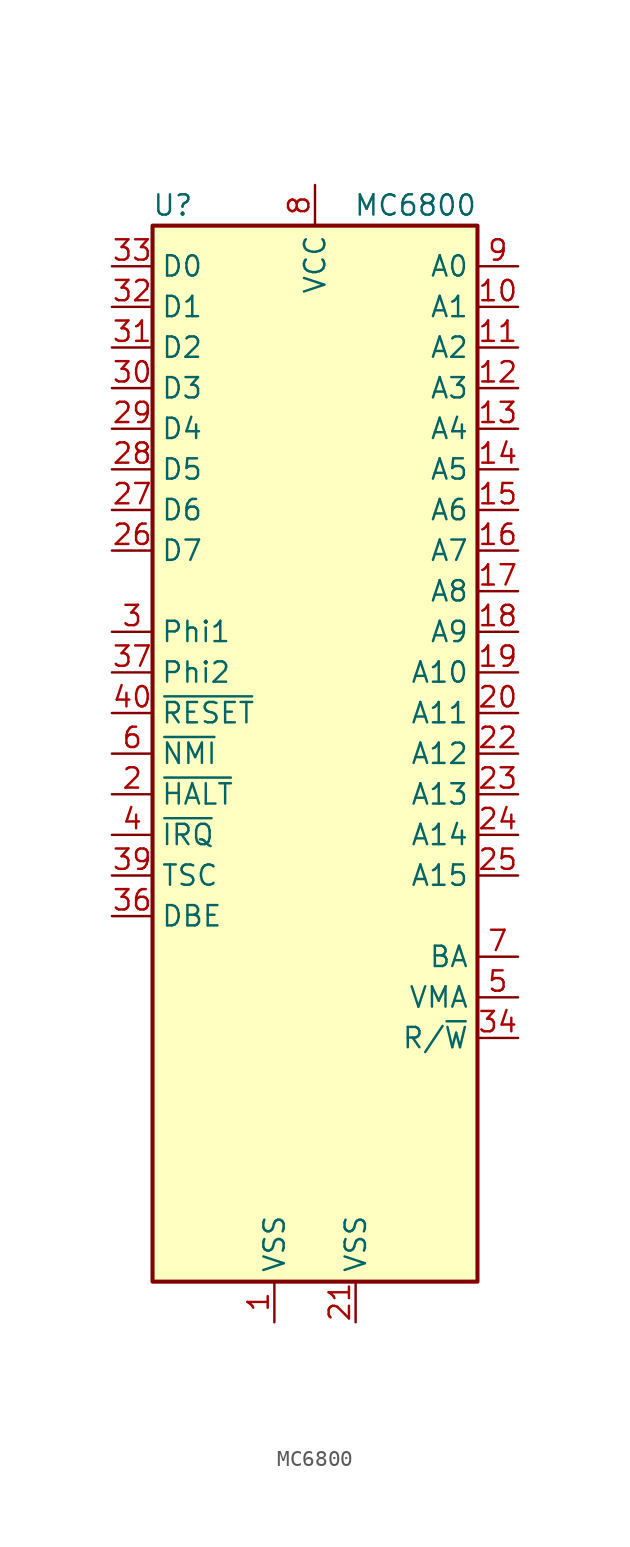
<source format=kicad_sym>
(kicad_symbol_lib
  (version 20241209)
  (generator "kicad_symbol_editor")
  (generator_version "9.0")
  (symbol "MC6800"
    (property "Reference" "U"
      (at -8.89 34.29 0)
      (effects (font (size 1.27 1.27))))
    (property "Value" "MC6800"
      (at 10.16 34.29 0)
      (effects (font (size 1.27 1.27)) (justify right)))
    (symbol "MC6800_0_1"
      (rectangle (start -10.16 -33.02) (end 10.16 33.02) (stroke (width 0.254) (type default)) (fill (type background))))
    (symbol "MC6800_1_1"
      (pin bidirectional line (at -12.7 30.48 0) (length 2.54) (name "D0" (effects (font (size 1.27 1.27)))) (number "33" (effects (font (size 1.27 1.27)))))
      (pin bidirectional line (at -12.7 27.94 0) (length 2.54) (name "D1" (effects (font (size 1.27 1.27)))) (number "32" (effects (font (size 1.27 1.27)))))
      (pin bidirectional line (at -12.7 25.4 0) (length 2.54) (name "D2" (effects (font (size 1.27 1.27)))) (number "31" (effects (font (size 1.27 1.27)))))
      (pin bidirectional line (at -12.7 22.86 0) (length 2.54) (name "D3" (effects (font (size 1.27 1.27)))) (number "30" (effects (font (size 1.27 1.27)))))
      (pin bidirectional line (at -12.7 20.32 0) (length 2.54) (name "D4" (effects (font (size 1.27 1.27)))) (number "29" (effects (font (size 1.27 1.27)))))
      (pin bidirectional line (at -12.7 17.78 0) (length 2.54) (name "D5" (effects (font (size 1.27 1.27)))) (number "28" (effects (font (size 1.27 1.27)))))
      (pin bidirectional line (at -12.7 15.24 0) (length 2.54) (name "D6" (effects (font (size 1.27 1.27)))) (number "27" (effects (font (size 1.27 1.27)))))
      (pin bidirectional line (at -12.7 12.7 0) (length 2.54) (name "D7" (effects (font (size 1.27 1.27)))) (number "26" (effects (font (size 1.27 1.27)))))
      (pin input line (at -12.7 7.62 0) (length 2.54) (name "Phi1" (effects (font (size 1.27 1.27)))) (number "3" (effects (font (size 1.27 1.27)))))
      (pin input line (at -12.7 5.08 0) (length 2.54) (name "Phi2" (effects (font (size 1.27 1.27)))) (number "37" (effects (font (size 1.27 1.27)))))
      (pin input line (at -12.7 2.54 0) (length 2.54) (name "~{RESET}" (effects (font (size 1.27 1.27)))) (number "40" (effects (font (size 1.27 1.27)))))
      (pin input line (at -12.7 0 0) (length 2.54) (name "~{NMI}" (effects (font (size 1.27 1.27)))) (number "6" (effects (font (size 1.27 1.27)))))
      (pin input line (at -12.7 -2.54 0) (length 2.54) (name "~{HALT}" (effects (font (size 1.27 1.27)))) (number "2" (effects (font (size 1.27 1.27)))))
      (pin input line (at -12.7 -5.08 0) (length 2.54) (name "~{IRQ}" (effects (font (size 1.27 1.27)))) (number "4" (effects (font (size 1.27 1.27)))))
      (pin input line (at -12.7 -7.62 0) (length 2.54) (name "TSC" (effects (font (size 1.27 1.27)))) (number "39" (effects (font (size 1.27 1.27)))))
      (pin input line (at -12.7 -10.16 0) (length 2.54) (name "DBE" (effects (font (size 1.27 1.27)))) (number "36" (effects (font (size 1.27 1.27)))))
      (pin no_connect line (at -10.16 -22.86 0) (length 2.54) (hide yes) (name "N.C." (effects (font (size 1.27 1.27)))) (number "38" (effects (font (size 1.27 1.27)))))
      (pin no_connect line (at -10.16 -25.4 0) (length 2.54) (hide yes) (name "N.C." (effects (font (size 1.27 1.27)))) (number "35" (effects (font (size 1.27 1.27)))))
      (pin power_in line (at -2.54 -35.56 90) (length 2.54) (name "VSS" (effects (font (size 1.27 1.27)))) (number "1" (effects (font (size 1.27 1.27)))))
      (pin power_in line (at 0 35.56 270) (length 2.54) (name "VCC" (effects (font (size 1.27 1.27)))) (number "8" (effects (font (size 1.27 1.27)))))
      (pin power_in line (at 2.54 -35.56 90) (length 2.54) (name "VSS" (effects (font (size 1.27 1.27)))) (number "21" (effects (font (size 1.27 1.27)))))
      (pin output line (at 12.7 30.48 180) (length 2.54) (name "A0" (effects (font (size 1.27 1.27)))) (number "9" (effects (font (size 1.27 1.27)))))
      (pin output line (at 12.7 27.94 180) (length 2.54) (name "A1" (effects (font (size 1.27 1.27)))) (number "10" (effects (font (size 1.27 1.27)))))
      (pin output line (at 12.7 25.4 180) (length 2.54) (name "A2" (effects (font (size 1.27 1.27)))) (number "11" (effects (font (size 1.27 1.27)))))
      (pin output line (at 12.7 22.86 180) (length 2.54) (name "A3" (effects (font (size 1.27 1.27)))) (number "12" (effects (font (size 1.27 1.27)))))
      (pin output line (at 12.7 20.32 180) (length 2.54) (name "A4" (effects (font (size 1.27 1.27)))) (number "13" (effects (font (size 1.27 1.27)))))
      (pin output line (at 12.7 17.78 180) (length 2.54) (name "A5" (effects (font (size 1.27 1.27)))) (number "14" (effects (font (size 1.27 1.27)))))
      (pin output line (at 12.7 15.24 180) (length 2.54) (name "A6" (effects (font (size 1.27 1.27)))) (number "15" (effects (font (size 1.27 1.27)))))
      (pin output line (at 12.7 12.7 180) (length 2.54) (name "A7" (effects (font (size 1.27 1.27)))) (number "16" (effects (font (size 1.27 1.27)))))
      (pin output line (at 12.7 10.16 180) (length 2.54) (name "A8" (effects (font (size 1.27 1.27)))) (number "17" (effects (font (size 1.27 1.27)))))
      (pin output line (at 12.7 7.62 180) (length 2.54) (name "A9" (effects (font (size 1.27 1.27)))) (number "18" (effects (font (size 1.27 1.27)))))
      (pin output line (at 12.7 5.08 180) (length 2.54) (name "A10" (effects (font (size 1.27 1.27)))) (number "19" (effects (font (size 1.27 1.27)))))
      (pin output line (at 12.7 2.54 180) (length 2.54) (name "A11" (effects (font (size 1.27 1.27)))) (number "20" (effects (font (size 1.27 1.27)))))
      (pin output line (at 12.7 0 180) (length 2.54) (name "A12" (effects (font (size 1.27 1.27)))) (number "22" (effects (font (size 1.27 1.27)))))
      (pin output line (at 12.7 -2.54 180) (length 2.54) (name "A13" (effects (font (size 1.27 1.27)))) (number "23" (effects (font (size 1.27 1.27)))))
      (pin output line (at 12.7 -5.08 180) (length 2.54) (name "A14" (effects (font (size 1.27 1.27)))) (number "24" (effects (font (size 1.27 1.27)))))
      (pin output line (at 12.7 -7.62 180) (length 2.54) (name "A15" (effects (font (size 1.27 1.27)))) (number "25" (effects (font (size 1.27 1.27)))))
      (pin output line (at 12.7 -12.7 180) (length 2.54) (name "BA" (effects (font (size 1.27 1.27)))) (number "7" (effects (font (size 1.27 1.27)))))
      (pin output line (at 12.7 -15.24 180) (length 2.54) (name "VMA" (effects (font (size 1.27 1.27)))) (number "5" (effects (font (size 1.27 1.27)))))
      (pin output line (at 12.7 -17.78 180) (length 2.54) (name "R/~{W}" (effects (font (size 1.27 1.27)))) (number "34" (effects (font (size 1.27 1.27))))))))
</source>
